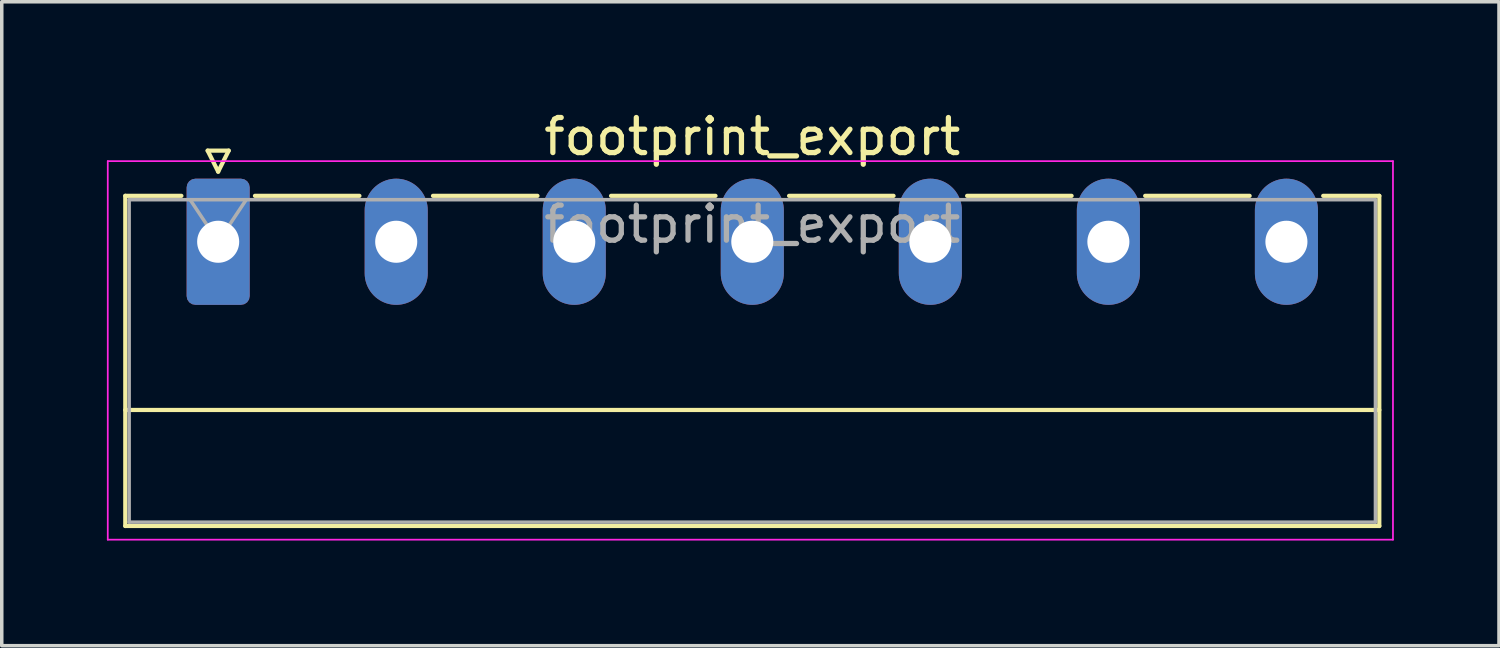
<source format=kicad_pcb>
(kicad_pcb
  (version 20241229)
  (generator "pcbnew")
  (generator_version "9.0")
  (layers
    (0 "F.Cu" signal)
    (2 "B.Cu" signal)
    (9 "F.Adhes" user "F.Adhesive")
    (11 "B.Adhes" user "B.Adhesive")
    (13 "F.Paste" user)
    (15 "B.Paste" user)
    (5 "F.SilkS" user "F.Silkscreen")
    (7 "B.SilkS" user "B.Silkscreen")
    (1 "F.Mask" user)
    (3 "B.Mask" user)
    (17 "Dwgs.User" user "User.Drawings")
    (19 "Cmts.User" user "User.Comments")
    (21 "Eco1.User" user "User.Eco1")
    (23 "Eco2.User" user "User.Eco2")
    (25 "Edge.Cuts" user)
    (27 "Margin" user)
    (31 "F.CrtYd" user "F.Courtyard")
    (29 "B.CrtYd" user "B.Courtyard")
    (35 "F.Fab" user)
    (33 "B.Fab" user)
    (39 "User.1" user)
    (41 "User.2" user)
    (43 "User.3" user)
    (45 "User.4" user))
  (footprint "footprint_export"
    (layer "F.Cu")
    (at 3.175 3.848)
    (property "Reference" "footprint_export" (at 15.24 -3 0) (layer "F.SilkS") (effects (font (size 1 1) (thickness 0.15))))
    (attr through_hole)
    (fp_line (start -2.65 -1.31) (end -2.65 8.11) (stroke (width 0.12) (type solid)) (layer "F.SilkS"))
    (fp_line (start -2.65 -1.31) (end -1.05 -1.31) (stroke (width 0.12) (type solid)) (layer "F.SilkS"))
    (fp_line (start -2.65 4.8) (end 33.13 4.8) (stroke (width 0.12) (type solid)) (layer "F.SilkS"))
    (fp_line (start -2.65 8.11) (end 33.13 8.11) (stroke (width 0.12) (type solid)) (layer "F.SilkS"))
    (fp_line (start -0.3 -2.6) (end 0.3 -2.6) (stroke (width 0.12) (type solid)) (layer "F.SilkS"))
    (fp_line (start 0 -2) (end -0.3 -2.6) (stroke (width 0.12) (type solid)) (layer "F.SilkS"))
    (fp_line (start 0.3 -2.6) (end 0 -2) (stroke (width 0.12) (type solid)) (layer "F.SilkS"))
    (fp_line (start 1.05 -1.31) (end 4.03 -1.31) (stroke (width 0.12) (type solid)) (layer "F.SilkS"))
    (fp_line (start 6.13 -1.31) (end 9.11 -1.31) (stroke (width 0.12) (type solid)) (layer "F.SilkS"))
    (fp_line (start 11.21 -1.31) (end 14.19 -1.31) (stroke (width 0.12) (type solid)) (layer "F.SilkS"))
    (fp_line (start 16.29 -1.31) (end 19.27 -1.31) (stroke (width 0.12) (type solid)) (layer "F.SilkS"))
    (fp_line (start 21.37 -1.31) (end 24.35 -1.31) (stroke (width 0.12) (type solid)) (layer "F.SilkS"))
    (fp_line (start 26.45 -1.31) (end 29.43 -1.31) (stroke (width 0.12) (type solid)) (layer "F.SilkS"))
    (fp_line (start 33.13 -1.31) (end 31.53 -1.31) (stroke (width 0.12) (type solid)) (layer "F.SilkS"))
    (fp_line (start 33.13 8.11) (end 33.13 -1.31) (stroke (width 0.12) (type solid)) (layer "F.SilkS"))
    (fp_line (start -3.15 -2.3) (end -3.15 8.5) (stroke (width 0.05) (type solid)) (layer "F.CrtYd"))
    (fp_line (start -3.15 8.5) (end 33.52 8.5) (stroke (width 0.05) (type solid)) (layer "F.CrtYd"))
    (fp_line (start 33.52 -2.3) (end -3.15 -2.3) (stroke (width 0.05) (type solid)) (layer "F.CrtYd"))
    (fp_line (start 33.52 8.5) (end 33.52 -2.3) (stroke (width 0.05) (type solid)) (layer "F.CrtYd"))
    (fp_line (start -2.54 -1.2) (end -2.54 8) (stroke (width 0.1) (type solid)) (layer "F.Fab"))
    (fp_line (start -2.54 8) (end 33.02 8) (stroke (width 0.1) (type solid)) (layer "F.Fab"))
    (fp_line (start 0 0) (end -0.8 -1.2) (stroke (width 0.1) (type solid)) (layer "F.Fab"))
    (fp_line (start 0.8 -1.2) (end 0 0) (stroke (width 0.1) (type solid)) (layer "F.Fab"))
    (fp_line (start 33.02 -1.2) (end -2.54 -1.2) (stroke (width 0.1) (type solid)) (layer "F.Fab"))
    (fp_line (start 33.02 8) (end 33.02 -1.2) (stroke (width 0.1) (type solid)) (layer "F.Fab"))
    (fp_text user "${REFERENCE}" (at 15.24 -0.5 0) (layer "F.Fab") (effects (font (size 1 1) (thickness 0.15))))
    (pad "1" thru_hole roundrect (at 0 0) (size 1.8 3.6) (drill 1.2) (layers "*.Cu" "*.Mask") (roundrect_rratio 0.139))
    (pad "2" thru_hole oval (at 5.08 0) (size 1.8 3.6) (drill 1.2) (layers "*.Cu" "*.Mask"))
    (pad "3" thru_hole oval (at 10.16 0) (size 1.8 3.6) (drill 1.2) (layers "*.Cu" "*.Mask"))
    (pad "4" thru_hole oval (at 15.24 0) (size 1.8 3.6) (drill 1.2) (layers "*.Cu" "*.Mask"))
    (pad "5" thru_hole oval (at 20.32 0) (size 1.8 3.6) (drill 1.2) (layers "*.Cu" "*.Mask"))
    (pad "6" thru_hole oval (at 25.4 0) (size 1.8 3.6) (drill 1.2) (layers "*.Cu" "*.Mask"))
    (pad "7" thru_hole oval (at 30.48 0) (size 1.8 3.6) (drill 1.2) (layers "*.Cu" "*.Mask")))
  (gr_rect
    (start -3 -3)
    (end 39.72 15.373)
    (stroke (width 0.1) (type default))
    (fill no)
    (layer "Edge.Cuts")))
</source>
